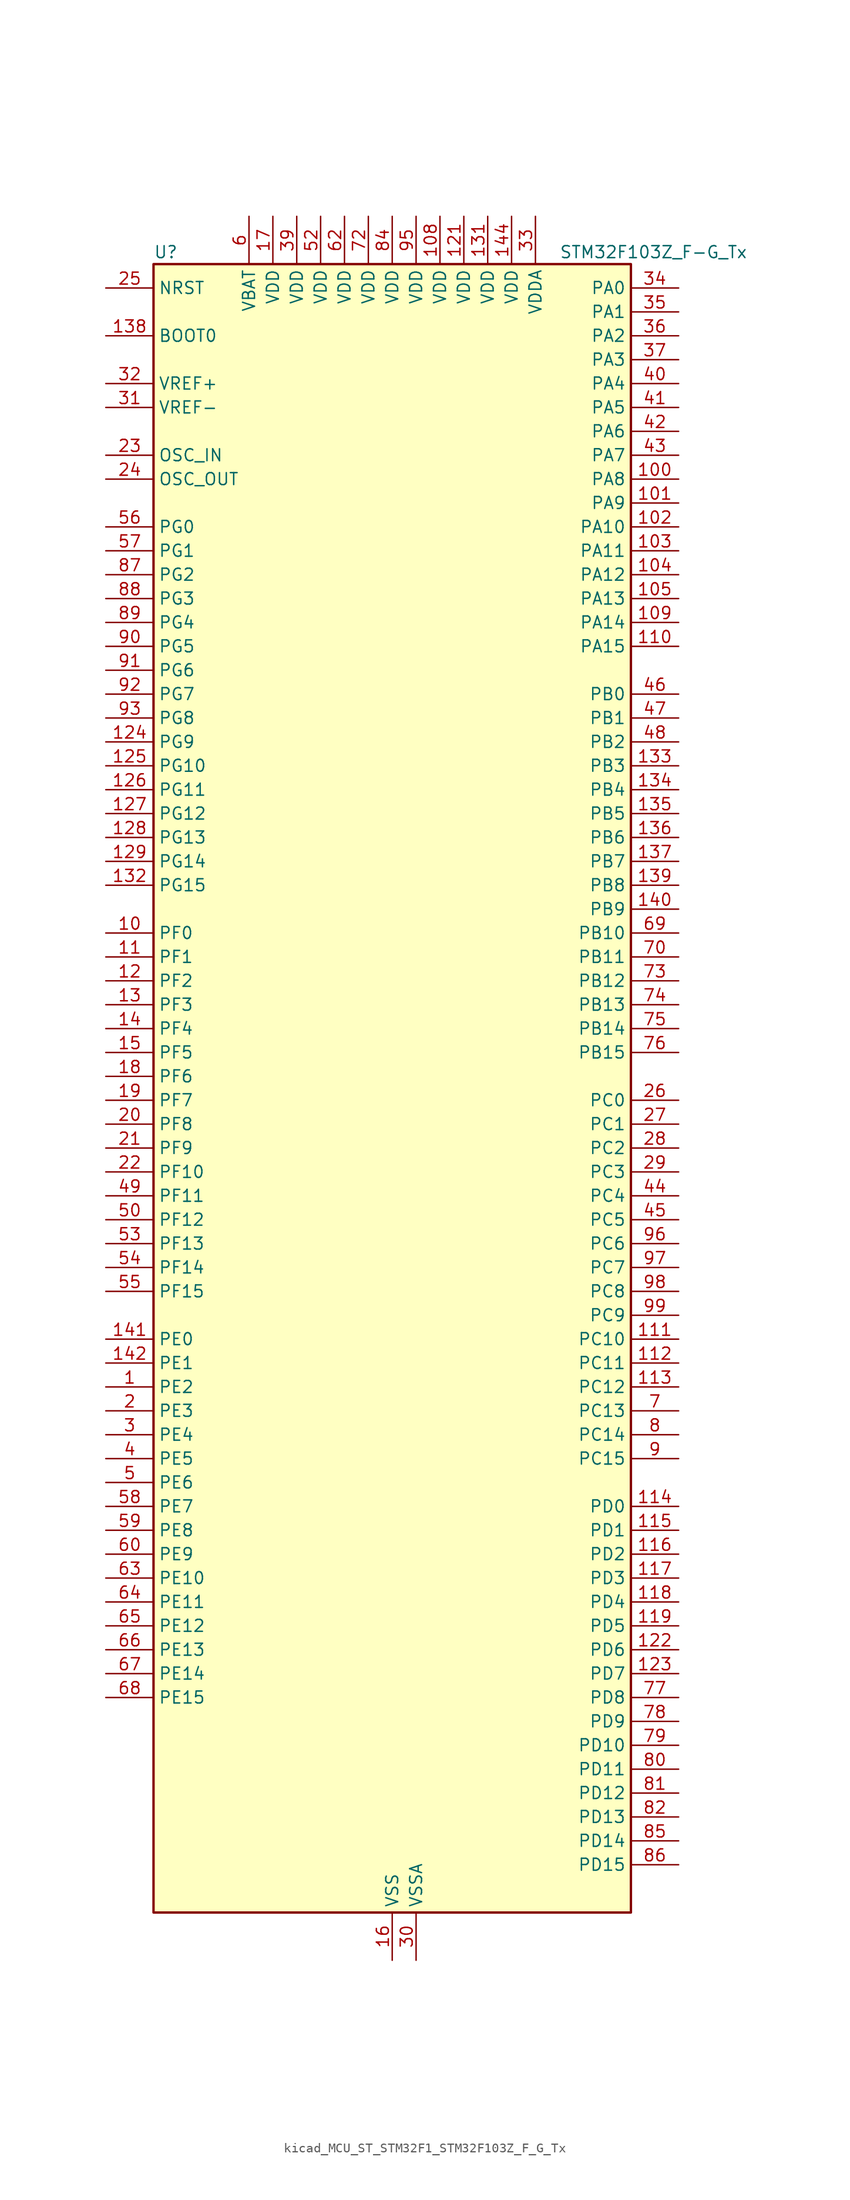
<source format=kicad_sym>
(kicad_symbol_lib
  (version 20220914)
  (generator kicad_symbol_editor)
  (symbol "kicad_MCU_ST_STM32F1_STM32F103Z_F_G_Tx"
    (property "Reference" "U"
      (at -25.4 90.17 0)
      (effects (font (size 1.27 1.27)) (justify left)))
    (property "Value" "STM32F103Z_F-G_Tx"
      (at 17.78 90.17 0)
      (effects (font (size 1.27 1.27)) (justify left)))
    (property "ki_locked" ""
      (at 0 0 0)
      (effects (font (size 1.27 1.27))))
    (symbol "kicad_MCU_ST_STM32F1_STM32F103Z_F_G_Tx_0_1"
      (rectangle (start -25.4 -86.36) (end 25.4 88.9) (stroke (width 0.254) (type default)) (fill (type background))))
    (symbol "kicad_MCU_ST_STM32F1_STM32F103Z_F_G_Tx_1_1"
      (pin bidirectional line (at -30.48 -30.48 0) (length 5.08) (name "PE2" (effects (font (size 1.27 1.27)))) (number "1" (effects (font (size 1.27 1.27)))) (alternate "FSMC_A23" bidirectional line) (alternate "SYS_TRACECLK" bidirectional line))
      (pin bidirectional line (at -30.48 17.78 0) (length 5.08) (name "PF0" (effects (font (size 1.27 1.27)))) (number "10" (effects (font (size 1.27 1.27)))) (alternate "FSMC_A0" bidirectional line))
      (pin bidirectional line (at 30.48 66.04 180) (length 5.08) (name "PA8" (effects (font (size 1.27 1.27)))) (number "100" (effects (font (size 1.27 1.27)))) (alternate "RCC_MCO" bidirectional line) (alternate "TIM1_CH1" bidirectional line) (alternate "USART1_CK" bidirectional line))
      (pin bidirectional line (at 30.48 63.5 180) (length 5.08) (name "PA9" (effects (font (size 1.27 1.27)))) (number "101" (effects (font (size 1.27 1.27)))) (alternate "DAC_EXTI9" bidirectional line) (alternate "TIM1_CH2" bidirectional line) (alternate "USART1_TX" bidirectional line))
      (pin bidirectional line (at 30.48 60.96 180) (length 5.08) (name "PA10" (effects (font (size 1.27 1.27)))) (number "102" (effects (font (size 1.27 1.27)))) (alternate "TIM1_CH3" bidirectional line) (alternate "USART1_RX" bidirectional line))
      (pin bidirectional line (at 30.48 58.42 180) (length 5.08) (name "PA11" (effects (font (size 1.27 1.27)))) (number "103" (effects (font (size 1.27 1.27)))) (alternate "ADC1_EXTI11" bidirectional line) (alternate "ADC2_EXTI11" bidirectional line) (alternate "CAN_RX" bidirectional line) (alternate "TIM1_CH4" bidirectional line) (alternate "USART1_CTS" bidirectional line) (alternate "USB_DM" bidirectional line))
      (pin bidirectional line (at 30.48 55.88 180) (length 5.08) (name "PA12" (effects (font (size 1.27 1.27)))) (number "104" (effects (font (size 1.27 1.27)))) (alternate "CAN_TX" bidirectional line) (alternate "TIM1_ETR" bidirectional line) (alternate "USART1_RTS" bidirectional line) (alternate "USB_DP" bidirectional line))
      (pin bidirectional line (at 30.48 53.34 180) (length 5.08) (name "PA13" (effects (font (size 1.27 1.27)))) (number "105" (effects (font (size 1.27 1.27)))) (alternate "SYS_JTMS-SWDIO" bidirectional line))
      (pin no_connect line (at -25.4 -86.36 0) (length 5.08) hide (name "NC" (effects (font (size 1.27 1.27)))) (number "106" (effects (font (size 1.27 1.27)))))
      (pin passive line (at 0 -91.44 90) (length 5.08) hide (name "VSS" (effects (font (size 1.27 1.27)))) (number "107" (effects (font (size 1.27 1.27)))))
      (pin power_in line (at 5.08 93.98 270) (length 5.08) (name "VDD" (effects (font (size 1.27 1.27)))) (number "108" (effects (font (size 1.27 1.27)))))
      (pin bidirectional line (at 30.48 50.8 180) (length 5.08) (name "PA14" (effects (font (size 1.27 1.27)))) (number "109" (effects (font (size 1.27 1.27)))) (alternate "SYS_JTCK-SWCLK" bidirectional line))
      (pin bidirectional line (at -30.48 15.24 0) (length 5.08) (name "PF1" (effects (font (size 1.27 1.27)))) (number "11" (effects (font (size 1.27 1.27)))) (alternate "FSMC_A1" bidirectional line))
      (pin bidirectional line (at 30.48 48.26 180) (length 5.08) (name "PA15" (effects (font (size 1.27 1.27)))) (number "110" (effects (font (size 1.27 1.27)))) (alternate "ADC1_EXTI15" bidirectional line) (alternate "ADC2_EXTI15" bidirectional line) (alternate "I2S3_WS" bidirectional line) (alternate "SPI1_NSS" bidirectional line) (alternate "SPI3_NSS" bidirectional line) (alternate "SYS_JTDI" bidirectional line) (alternate "TIM2_CH1" bidirectional line) (alternate "TIM2_ETR" bidirectional line))
      (pin bidirectional line (at 30.48 -25.4 180) (length 5.08) (name "PC10" (effects (font (size 1.27 1.27)))) (number "111" (effects (font (size 1.27 1.27)))) (alternate "SDIO_D2" bidirectional line) (alternate "UART4_TX" bidirectional line) (alternate "USART3_TX" bidirectional line))
      (pin bidirectional line (at 30.48 -27.94 180) (length 5.08) (name "PC11" (effects (font (size 1.27 1.27)))) (number "112" (effects (font (size 1.27 1.27)))) (alternate "ADC1_EXTI11" bidirectional line) (alternate "ADC2_EXTI11" bidirectional line) (alternate "SDIO_D3" bidirectional line) (alternate "UART4_RX" bidirectional line) (alternate "USART3_RX" bidirectional line))
      (pin bidirectional line (at 30.48 -30.48 180) (length 5.08) (name "PC12" (effects (font (size 1.27 1.27)))) (number "113" (effects (font (size 1.27 1.27)))) (alternate "SDIO_CK" bidirectional line) (alternate "UART5_TX" bidirectional line) (alternate "USART3_CK" bidirectional line))
      (pin bidirectional line (at 30.48 -43.18 180) (length 5.08) (name "PD0" (effects (font (size 1.27 1.27)))) (number "114" (effects (font (size 1.27 1.27)))) (alternate "CAN_RX" bidirectional line) (alternate "FSMC_D2" bidirectional line) (alternate "FSMC_DA2" bidirectional line))
      (pin bidirectional line (at 30.48 -45.72 180) (length 5.08) (name "PD1" (effects (font (size 1.27 1.27)))) (number "115" (effects (font (size 1.27 1.27)))) (alternate "CAN_TX" bidirectional line) (alternate "FSMC_D3" bidirectional line) (alternate "FSMC_DA3" bidirectional line))
      (pin bidirectional line (at 30.48 -48.26 180) (length 5.08) (name "PD2" (effects (font (size 1.27 1.27)))) (number "116" (effects (font (size 1.27 1.27)))) (alternate "SDIO_CMD" bidirectional line) (alternate "TIM3_ETR" bidirectional line) (alternate "UART5_RX" bidirectional line))
      (pin bidirectional line (at 30.48 -50.8 180) (length 5.08) (name "PD3" (effects (font (size 1.27 1.27)))) (number "117" (effects (font (size 1.27 1.27)))) (alternate "FSMC_CLK" bidirectional line) (alternate "USART2_CTS" bidirectional line))
      (pin bidirectional line (at 30.48 -53.34 180) (length 5.08) (name "PD4" (effects (font (size 1.27 1.27)))) (number "118" (effects (font (size 1.27 1.27)))) (alternate "FSMC_NOE" bidirectional line) (alternate "USART2_RTS" bidirectional line))
      (pin bidirectional line (at 30.48 -55.88 180) (length 5.08) (name "PD5" (effects (font (size 1.27 1.27)))) (number "119" (effects (font (size 1.27 1.27)))) (alternate "FSMC_NWE" bidirectional line) (alternate "USART2_TX" bidirectional line))
      (pin bidirectional line (at -30.48 12.7 0) (length 5.08) (name "PF2" (effects (font (size 1.27 1.27)))) (number "12" (effects (font (size 1.27 1.27)))) (alternate "FSMC_A2" bidirectional line))
      (pin passive line (at 0 -91.44 90) (length 5.08) hide (name "VSS" (effects (font (size 1.27 1.27)))) (number "120" (effects (font (size 1.27 1.27)))))
      (pin power_in line (at 7.62 93.98 270) (length 5.08) (name "VDD" (effects (font (size 1.27 1.27)))) (number "121" (effects (font (size 1.27 1.27)))))
      (pin bidirectional line (at 30.48 -58.42 180) (length 5.08) (name "PD6" (effects (font (size 1.27 1.27)))) (number "122" (effects (font (size 1.27 1.27)))) (alternate "FSMC_NWAIT" bidirectional line) (alternate "USART2_RX" bidirectional line))
      (pin bidirectional line (at 30.48 -60.96 180) (length 5.08) (name "PD7" (effects (font (size 1.27 1.27)))) (number "123" (effects (font (size 1.27 1.27)))) (alternate "FSMC_NCE2" bidirectional line) (alternate "FSMC_NE1" bidirectional line) (alternate "USART2_CK" bidirectional line))
      (pin bidirectional line (at -30.48 38.1 0) (length 5.08) (name "PG9" (effects (font (size 1.27 1.27)))) (number "124" (effects (font (size 1.27 1.27)))) (alternate "DAC_EXTI9" bidirectional line) (alternate "FSMC_NCE3" bidirectional line) (alternate "FSMC_NE2" bidirectional line))
      (pin bidirectional line (at -30.48 35.56 0) (length 5.08) (name "PG10" (effects (font (size 1.27 1.27)))) (number "125" (effects (font (size 1.27 1.27)))) (alternate "FSMC_NCE4_1" bidirectional line) (alternate "FSMC_NE3" bidirectional line))
      (pin bidirectional line (at -30.48 33.02 0) (length 5.08) (name "PG11" (effects (font (size 1.27 1.27)))) (number "126" (effects (font (size 1.27 1.27)))) (alternate "ADC1_EXTI11" bidirectional line) (alternate "ADC2_EXTI11" bidirectional line) (alternate "FSMC_NCE4_2" bidirectional line))
      (pin bidirectional line (at -30.48 30.48 0) (length 5.08) (name "PG12" (effects (font (size 1.27 1.27)))) (number "127" (effects (font (size 1.27 1.27)))) (alternate "FSMC_NE4" bidirectional line))
      (pin bidirectional line (at -30.48 27.94 0) (length 5.08) (name "PG13" (effects (font (size 1.27 1.27)))) (number "128" (effects (font (size 1.27 1.27)))) (alternate "FSMC_A24" bidirectional line))
      (pin bidirectional line (at -30.48 25.4 0) (length 5.08) (name "PG14" (effects (font (size 1.27 1.27)))) (number "129" (effects (font (size 1.27 1.27)))) (alternate "FSMC_A25" bidirectional line))
      (pin bidirectional line (at -30.48 10.16 0) (length 5.08) (name "PF3" (effects (font (size 1.27 1.27)))) (number "13" (effects (font (size 1.27 1.27)))) (alternate "FSMC_A3" bidirectional line))
      (pin passive line (at 0 -91.44 90) (length 5.08) hide (name "VSS" (effects (font (size 1.27 1.27)))) (number "130" (effects (font (size 1.27 1.27)))))
      (pin power_in line (at 10.16 93.98 270) (length 5.08) (name "VDD" (effects (font (size 1.27 1.27)))) (number "131" (effects (font (size 1.27 1.27)))))
      (pin bidirectional line (at -30.48 22.86 0) (length 5.08) (name "PG15" (effects (font (size 1.27 1.27)))) (number "132" (effects (font (size 1.27 1.27)))) (alternate "ADC1_EXTI15" bidirectional line) (alternate "ADC2_EXTI15" bidirectional line))
      (pin bidirectional line (at 30.48 35.56 180) (length 5.08) (name "PB3" (effects (font (size 1.27 1.27)))) (number "133" (effects (font (size 1.27 1.27)))) (alternate "I2S3_CK" bidirectional line) (alternate "SPI1_SCK" bidirectional line) (alternate "SPI3_SCK" bidirectional line) (alternate "SYS_JTDO-TRACESWO" bidirectional line) (alternate "TIM2_CH2" bidirectional line))
      (pin bidirectional line (at 30.48 33.02 180) (length 5.08) (name "PB4" (effects (font (size 1.27 1.27)))) (number "134" (effects (font (size 1.27 1.27)))) (alternate "SPI1_MISO" bidirectional line) (alternate "SPI3_MISO" bidirectional line) (alternate "SYS_NJTRST" bidirectional line) (alternate "TIM3_CH1" bidirectional line))
      (pin bidirectional line (at 30.48 30.48 180) (length 5.08) (name "PB5" (effects (font (size 1.27 1.27)))) (number "135" (effects (font (size 1.27 1.27)))) (alternate "I2C1_SMBA" bidirectional line) (alternate "I2S3_SD" bidirectional line) (alternate "SPI1_MOSI" bidirectional line) (alternate "SPI3_MOSI" bidirectional line) (alternate "TIM3_CH2" bidirectional line))
      (pin bidirectional line (at 30.48 27.94 180) (length 5.08) (name "PB6" (effects (font (size 1.27 1.27)))) (number "136" (effects (font (size 1.27 1.27)))) (alternate "I2C1_SCL" bidirectional line) (alternate "TIM4_CH1" bidirectional line) (alternate "USART1_TX" bidirectional line))
      (pin bidirectional line (at 30.48 25.4 180) (length 5.08) (name "PB7" (effects (font (size 1.27 1.27)))) (number "137" (effects (font (size 1.27 1.27)))) (alternate "FSMC_NL" bidirectional line) (alternate "I2C1_SDA" bidirectional line) (alternate "TIM4_CH2" bidirectional line) (alternate "USART1_RX" bidirectional line))
      (pin input line (at -30.48 81.28 0) (length 5.08) (name "BOOT0" (effects (font (size 1.27 1.27)))) (number "138" (effects (font (size 1.27 1.27)))))
      (pin bidirectional line (at 30.48 22.86 180) (length 5.08) (name "PB8" (effects (font (size 1.27 1.27)))) (number "139" (effects (font (size 1.27 1.27)))) (alternate "CAN_RX" bidirectional line) (alternate "I2C1_SCL" bidirectional line) (alternate "SDIO_D4" bidirectional line) (alternate "TIM10_CH1" bidirectional line) (alternate "TIM4_CH3" bidirectional line))
      (pin bidirectional line (at -30.48 7.62 0) (length 5.08) (name "PF4" (effects (font (size 1.27 1.27)))) (number "14" (effects (font (size 1.27 1.27)))) (alternate "FSMC_A4" bidirectional line))
      (pin bidirectional line (at 30.48 20.32 180) (length 5.08) (name "PB9" (effects (font (size 1.27 1.27)))) (number "140" (effects (font (size 1.27 1.27)))) (alternate "CAN_TX" bidirectional line) (alternate "DAC_EXTI9" bidirectional line) (alternate "I2C1_SDA" bidirectional line) (alternate "SDIO_D5" bidirectional line) (alternate "TIM11_CH1" bidirectional line) (alternate "TIM4_CH4" bidirectional line))
      (pin bidirectional line (at -30.48 -25.4 0) (length 5.08) (name "PE0" (effects (font (size 1.27 1.27)))) (number "141" (effects (font (size 1.27 1.27)))) (alternate "FSMC_NBL0" bidirectional line) (alternate "TIM4_ETR" bidirectional line))
      (pin bidirectional line (at -30.48 -27.94 0) (length 5.08) (name "PE1" (effects (font (size 1.27 1.27)))) (number "142" (effects (font (size 1.27 1.27)))) (alternate "FSMC_NBL1" bidirectional line))
      (pin passive line (at 0 -91.44 90) (length 5.08) hide (name "VSS" (effects (font (size 1.27 1.27)))) (number "143" (effects (font (size 1.27 1.27)))))
      (pin power_in line (at 12.7 93.98 270) (length 5.08) (name "VDD" (effects (font (size 1.27 1.27)))) (number "144" (effects (font (size 1.27 1.27)))))
      (pin bidirectional line (at -30.48 5.08 0) (length 5.08) (name "PF5" (effects (font (size 1.27 1.27)))) (number "15" (effects (font (size 1.27 1.27)))) (alternate "FSMC_A5" bidirectional line))
      (pin power_in line (at 0 -91.44 90) (length 5.08) (name "VSS" (effects (font (size 1.27 1.27)))) (number "16" (effects (font (size 1.27 1.27)))))
      (pin power_in line (at -12.7 93.98 270) (length 5.08) (name "VDD" (effects (font (size 1.27 1.27)))) (number "17" (effects (font (size 1.27 1.27)))))
      (pin bidirectional line (at -30.48 2.54 0) (length 5.08) (name "PF6" (effects (font (size 1.27 1.27)))) (number "18" (effects (font (size 1.27 1.27)))) (alternate "ADC3_IN4" bidirectional line) (alternate "FSMC_NIORD" bidirectional line) (alternate "TIM10_CH1" bidirectional line))
      (pin bidirectional line (at -30.48 0 0) (length 5.08) (name "PF7" (effects (font (size 1.27 1.27)))) (number "19" (effects (font (size 1.27 1.27)))) (alternate "ADC3_IN5" bidirectional line) (alternate "FSMC_NREG" bidirectional line) (alternate "TIM11_CH1" bidirectional line))
      (pin bidirectional line (at -30.48 -33.02 0) (length 5.08) (name "PE3" (effects (font (size 1.27 1.27)))) (number "2" (effects (font (size 1.27 1.27)))) (alternate "FSMC_A19" bidirectional line) (alternate "SYS_TRACED0" bidirectional line))
      (pin bidirectional line (at -30.48 -2.54 0) (length 5.08) (name "PF8" (effects (font (size 1.27 1.27)))) (number "20" (effects (font (size 1.27 1.27)))) (alternate "ADC3_IN6" bidirectional line) (alternate "FSMC_NIOWR" bidirectional line) (alternate "TIM13_CH1" bidirectional line))
      (pin bidirectional line (at -30.48 -5.08 0) (length 5.08) (name "PF9" (effects (font (size 1.27 1.27)))) (number "21" (effects (font (size 1.27 1.27)))) (alternate "ADC3_IN7" bidirectional line) (alternate "DAC_EXTI9" bidirectional line) (alternate "FSMC_CD" bidirectional line) (alternate "TIM14_CH1" bidirectional line))
      (pin bidirectional line (at -30.48 -7.62 0) (length 5.08) (name "PF10" (effects (font (size 1.27 1.27)))) (number "22" (effects (font (size 1.27 1.27)))) (alternate "ADC3_IN8" bidirectional line) (alternate "FSMC_INTR" bidirectional line))
      (pin input line (at -30.48 68.58 0) (length 5.08) (name "OSC_IN" (effects (font (size 1.27 1.27)))) (number "23" (effects (font (size 1.27 1.27)))) (alternate "RCC_OSC_IN" bidirectional line))
      (pin input line (at -30.48 66.04 0) (length 5.08) (name "OSC_OUT" (effects (font (size 1.27 1.27)))) (number "24" (effects (font (size 1.27 1.27)))) (alternate "RCC_OSC_OUT" bidirectional line))
      (pin input line (at -30.48 86.36 0) (length 5.08) (name "NRST" (effects (font (size 1.27 1.27)))) (number "25" (effects (font (size 1.27 1.27)))))
      (pin bidirectional line (at 30.48 0 180) (length 5.08) (name "PC0" (effects (font (size 1.27 1.27)))) (number "26" (effects (font (size 1.27 1.27)))) (alternate "ADC1_IN10" bidirectional line) (alternate "ADC2_IN10" bidirectional line) (alternate "ADC3_IN10" bidirectional line))
      (pin bidirectional line (at 30.48 -2.54 180) (length 5.08) (name "PC1" (effects (font (size 1.27 1.27)))) (number "27" (effects (font (size 1.27 1.27)))) (alternate "ADC1_IN11" bidirectional line) (alternate "ADC2_IN11" bidirectional line) (alternate "ADC3_IN11" bidirectional line))
      (pin bidirectional line (at 30.48 -5.08 180) (length 5.08) (name "PC2" (effects (font (size 1.27 1.27)))) (number "28" (effects (font (size 1.27 1.27)))) (alternate "ADC1_IN12" bidirectional line) (alternate "ADC2_IN12" bidirectional line) (alternate "ADC3_IN12" bidirectional line))
      (pin bidirectional line (at 30.48 -7.62 180) (length 5.08) (name "PC3" (effects (font (size 1.27 1.27)))) (number "29" (effects (font (size 1.27 1.27)))) (alternate "ADC1_IN13" bidirectional line) (alternate "ADC2_IN13" bidirectional line) (alternate "ADC3_IN13" bidirectional line))
      (pin bidirectional line (at -30.48 -35.56 0) (length 5.08) (name "PE4" (effects (font (size 1.27 1.27)))) (number "3" (effects (font (size 1.27 1.27)))) (alternate "FSMC_A20" bidirectional line) (alternate "SYS_TRACED1" bidirectional line))
      (pin power_in line (at 2.54 -91.44 90) (length 5.08) (name "VSSA" (effects (font (size 1.27 1.27)))) (number "30" (effects (font (size 1.27 1.27)))))
      (pin input line (at -30.48 73.66 0) (length 5.08) (name "VREF-" (effects (font (size 1.27 1.27)))) (number "31" (effects (font (size 1.27 1.27)))))
      (pin input line (at -30.48 76.2 0) (length 5.08) (name "VREF+" (effects (font (size 1.27 1.27)))) (number "32" (effects (font (size 1.27 1.27)))))
      (pin power_in line (at 15.24 93.98 270) (length 5.08) (name "VDDA" (effects (font (size 1.27 1.27)))) (number "33" (effects (font (size 1.27 1.27)))))
      (pin bidirectional line (at 30.48 86.36 180) (length 5.08) (name "PA0" (effects (font (size 1.27 1.27)))) (number "34" (effects (font (size 1.27 1.27)))) (alternate "ADC1_IN0" bidirectional line) (alternate "ADC2_IN0" bidirectional line) (alternate "ADC3_IN0" bidirectional line) (alternate "SYS_WKUP" bidirectional line) (alternate "TIM2_CH1" bidirectional line) (alternate "TIM2_ETR" bidirectional line) (alternate "TIM5_CH1" bidirectional line) (alternate "TIM8_ETR" bidirectional line) (alternate "USART2_CTS" bidirectional line))
      (pin bidirectional line (at 30.48 83.82 180) (length 5.08) (name "PA1" (effects (font (size 1.27 1.27)))) (number "35" (effects (font (size 1.27 1.27)))) (alternate "ADC1_IN1" bidirectional line) (alternate "ADC2_IN1" bidirectional line) (alternate "ADC3_IN1" bidirectional line) (alternate "TIM2_CH2" bidirectional line) (alternate "TIM5_CH2" bidirectional line) (alternate "USART2_RTS" bidirectional line))
      (pin bidirectional line (at 30.48 81.28 180) (length 5.08) (name "PA2" (effects (font (size 1.27 1.27)))) (number "36" (effects (font (size 1.27 1.27)))) (alternate "ADC1_IN2" bidirectional line) (alternate "ADC2_IN2" bidirectional line) (alternate "ADC3_IN2" bidirectional line) (alternate "TIM2_CH3" bidirectional line) (alternate "TIM5_CH3" bidirectional line) (alternate "TIM9_CH1" bidirectional line) (alternate "USART2_TX" bidirectional line))
      (pin bidirectional line (at 30.48 78.74 180) (length 5.08) (name "PA3" (effects (font (size 1.27 1.27)))) (number "37" (effects (font (size 1.27 1.27)))) (alternate "ADC1_IN3" bidirectional line) (alternate "ADC2_IN3" bidirectional line) (alternate "ADC3_IN3" bidirectional line) (alternate "TIM2_CH4" bidirectional line) (alternate "TIM5_CH4" bidirectional line) (alternate "TIM9_CH2" bidirectional line) (alternate "USART2_RX" bidirectional line))
      (pin passive line (at 0 -91.44 90) (length 5.08) hide (name "VSS" (effects (font (size 1.27 1.27)))) (number "38" (effects (font (size 1.27 1.27)))))
      (pin power_in line (at -10.16 93.98 270) (length 5.08) (name "VDD" (effects (font (size 1.27 1.27)))) (number "39" (effects (font (size 1.27 1.27)))))
      (pin bidirectional line (at -30.48 -38.1 0) (length 5.08) (name "PE5" (effects (font (size 1.27 1.27)))) (number "4" (effects (font (size 1.27 1.27)))) (alternate "FSMC_A21" bidirectional line) (alternate "SYS_TRACED2" bidirectional line) (alternate "TIM9_CH1" bidirectional line))
      (pin bidirectional line (at 30.48 76.2 180) (length 5.08) (name "PA4" (effects (font (size 1.27 1.27)))) (number "40" (effects (font (size 1.27 1.27)))) (alternate "ADC1_IN4" bidirectional line) (alternate "ADC2_IN4" bidirectional line) (alternate "DAC_OUT1" bidirectional line) (alternate "SPI1_NSS" bidirectional line) (alternate "USART2_CK" bidirectional line))
      (pin bidirectional line (at 30.48 73.66 180) (length 5.08) (name "PA5" (effects (font (size 1.27 1.27)))) (number "41" (effects (font (size 1.27 1.27)))) (alternate "ADC1_IN5" bidirectional line) (alternate "ADC2_IN5" bidirectional line) (alternate "DAC_OUT2" bidirectional line) (alternate "SPI1_SCK" bidirectional line))
      (pin bidirectional line (at 30.48 71.12 180) (length 5.08) (name "PA6" (effects (font (size 1.27 1.27)))) (number "42" (effects (font (size 1.27 1.27)))) (alternate "ADC1_IN6" bidirectional line) (alternate "ADC2_IN6" bidirectional line) (alternate "SPI1_MISO" bidirectional line) (alternate "TIM13_CH1" bidirectional line) (alternate "TIM1_BKIN" bidirectional line) (alternate "TIM3_CH1" bidirectional line) (alternate "TIM8_BKIN" bidirectional line))
      (pin bidirectional line (at 30.48 68.58 180) (length 5.08) (name "PA7" (effects (font (size 1.27 1.27)))) (number "43" (effects (font (size 1.27 1.27)))) (alternate "ADC1_IN7" bidirectional line) (alternate "ADC2_IN7" bidirectional line) (alternate "SPI1_MOSI" bidirectional line) (alternate "TIM14_CH1" bidirectional line) (alternate "TIM1_CH1N" bidirectional line) (alternate "TIM3_CH2" bidirectional line) (alternate "TIM8_CH1N" bidirectional line))
      (pin bidirectional line (at 30.48 -10.16 180) (length 5.08) (name "PC4" (effects (font (size 1.27 1.27)))) (number "44" (effects (font (size 1.27 1.27)))) (alternate "ADC1_IN14" bidirectional line) (alternate "ADC2_IN14" bidirectional line))
      (pin bidirectional line (at 30.48 -12.7 180) (length 5.08) (name "PC5" (effects (font (size 1.27 1.27)))) (number "45" (effects (font (size 1.27 1.27)))) (alternate "ADC1_IN15" bidirectional line) (alternate "ADC2_IN15" bidirectional line))
      (pin bidirectional line (at 30.48 43.18 180) (length 5.08) (name "PB0" (effects (font (size 1.27 1.27)))) (number "46" (effects (font (size 1.27 1.27)))) (alternate "ADC1_IN8" bidirectional line) (alternate "ADC2_IN8" bidirectional line) (alternate "TIM1_CH2N" bidirectional line) (alternate "TIM3_CH3" bidirectional line) (alternate "TIM8_CH2N" bidirectional line))
      (pin bidirectional line (at 30.48 40.64 180) (length 5.08) (name "PB1" (effects (font (size 1.27 1.27)))) (number "47" (effects (font (size 1.27 1.27)))) (alternate "ADC1_IN9" bidirectional line) (alternate "ADC2_IN9" bidirectional line) (alternate "TIM1_CH3N" bidirectional line) (alternate "TIM3_CH4" bidirectional line) (alternate "TIM8_CH3N" bidirectional line))
      (pin bidirectional line (at 30.48 38.1 180) (length 5.08) (name "PB2" (effects (font (size 1.27 1.27)))) (number "48" (effects (font (size 1.27 1.27)))))
      (pin bidirectional line (at -30.48 -10.16 0) (length 5.08) (name "PF11" (effects (font (size 1.27 1.27)))) (number "49" (effects (font (size 1.27 1.27)))) (alternate "ADC1_EXTI11" bidirectional line) (alternate "ADC2_EXTI11" bidirectional line) (alternate "FSMC_NIOS16" bidirectional line))
      (pin bidirectional line (at -30.48 -40.64 0) (length 5.08) (name "PE6" (effects (font (size 1.27 1.27)))) (number "5" (effects (font (size 1.27 1.27)))) (alternate "FSMC_A22" bidirectional line) (alternate "SYS_TRACED3" bidirectional line) (alternate "TIM9_CH2" bidirectional line))
      (pin bidirectional line (at -30.48 -12.7 0) (length 5.08) (name "PF12" (effects (font (size 1.27 1.27)))) (number "50" (effects (font (size 1.27 1.27)))) (alternate "FSMC_A6" bidirectional line))
      (pin passive line (at 0 -91.44 90) (length 5.08) hide (name "VSS" (effects (font (size 1.27 1.27)))) (number "51" (effects (font (size 1.27 1.27)))))
      (pin power_in line (at -7.62 93.98 270) (length 5.08) (name "VDD" (effects (font (size 1.27 1.27)))) (number "52" (effects (font (size 1.27 1.27)))))
      (pin bidirectional line (at -30.48 -15.24 0) (length 5.08) (name "PF13" (effects (font (size 1.27 1.27)))) (number "53" (effects (font (size 1.27 1.27)))) (alternate "FSMC_A7" bidirectional line))
      (pin bidirectional line (at -30.48 -17.78 0) (length 5.08) (name "PF14" (effects (font (size 1.27 1.27)))) (number "54" (effects (font (size 1.27 1.27)))) (alternate "FSMC_A8" bidirectional line))
      (pin bidirectional line (at -30.48 -20.32 0) (length 5.08) (name "PF15" (effects (font (size 1.27 1.27)))) (number "55" (effects (font (size 1.27 1.27)))) (alternate "ADC1_EXTI15" bidirectional line) (alternate "ADC2_EXTI15" bidirectional line) (alternate "FSMC_A9" bidirectional line))
      (pin bidirectional line (at -30.48 60.96 0) (length 5.08) (name "PG0" (effects (font (size 1.27 1.27)))) (number "56" (effects (font (size 1.27 1.27)))) (alternate "FSMC_A10" bidirectional line))
      (pin bidirectional line (at -30.48 58.42 0) (length 5.08) (name "PG1" (effects (font (size 1.27 1.27)))) (number "57" (effects (font (size 1.27 1.27)))) (alternate "FSMC_A11" bidirectional line))
      (pin bidirectional line (at -30.48 -43.18 0) (length 5.08) (name "PE7" (effects (font (size 1.27 1.27)))) (number "58" (effects (font (size 1.27 1.27)))) (alternate "FSMC_D4" bidirectional line) (alternate "FSMC_DA4" bidirectional line) (alternate "TIM1_ETR" bidirectional line))
      (pin bidirectional line (at -30.48 -45.72 0) (length 5.08) (name "PE8" (effects (font (size 1.27 1.27)))) (number "59" (effects (font (size 1.27 1.27)))) (alternate "FSMC_D5" bidirectional line) (alternate "FSMC_DA5" bidirectional line) (alternate "TIM1_CH1N" bidirectional line))
      (pin power_in line (at -15.24 93.98 270) (length 5.08) (name "VBAT" (effects (font (size 1.27 1.27)))) (number "6" (effects (font (size 1.27 1.27)))))
      (pin bidirectional line (at -30.48 -48.26 0) (length 5.08) (name "PE9" (effects (font (size 1.27 1.27)))) (number "60" (effects (font (size 1.27 1.27)))) (alternate "DAC_EXTI9" bidirectional line) (alternate "FSMC_D6" bidirectional line) (alternate "FSMC_DA6" bidirectional line) (alternate "TIM1_CH1" bidirectional line))
      (pin passive line (at 0 -91.44 90) (length 5.08) hide (name "VSS" (effects (font (size 1.27 1.27)))) (number "61" (effects (font (size 1.27 1.27)))))
      (pin power_in line (at -5.08 93.98 270) (length 5.08) (name "VDD" (effects (font (size 1.27 1.27)))) (number "62" (effects (font (size 1.27 1.27)))))
      (pin bidirectional line (at -30.48 -50.8 0) (length 5.08) (name "PE10" (effects (font (size 1.27 1.27)))) (number "63" (effects (font (size 1.27 1.27)))) (alternate "FSMC_D7" bidirectional line) (alternate "FSMC_DA7" bidirectional line) (alternate "TIM1_CH2N" bidirectional line))
      (pin bidirectional line (at -30.48 -53.34 0) (length 5.08) (name "PE11" (effects (font (size 1.27 1.27)))) (number "64" (effects (font (size 1.27 1.27)))) (alternate "ADC1_EXTI11" bidirectional line) (alternate "ADC2_EXTI11" bidirectional line) (alternate "FSMC_D8" bidirectional line) (alternate "FSMC_DA8" bidirectional line) (alternate "TIM1_CH2" bidirectional line))
      (pin bidirectional line (at -30.48 -55.88 0) (length 5.08) (name "PE12" (effects (font (size 1.27 1.27)))) (number "65" (effects (font (size 1.27 1.27)))) (alternate "FSMC_D9" bidirectional line) (alternate "FSMC_DA9" bidirectional line) (alternate "TIM1_CH3N" bidirectional line))
      (pin bidirectional line (at -30.48 -58.42 0) (length 5.08) (name "PE13" (effects (font (size 1.27 1.27)))) (number "66" (effects (font (size 1.27 1.27)))) (alternate "FSMC_D10" bidirectional line) (alternate "FSMC_DA10" bidirectional line) (alternate "TIM1_CH3" bidirectional line))
      (pin bidirectional line (at -30.48 -60.96 0) (length 5.08) (name "PE14" (effects (font (size 1.27 1.27)))) (number "67" (effects (font (size 1.27 1.27)))) (alternate "FSMC_D11" bidirectional line) (alternate "FSMC_DA11" bidirectional line) (alternate "TIM1_CH4" bidirectional line))
      (pin bidirectional line (at -30.48 -63.5 0) (length 5.08) (name "PE15" (effects (font (size 1.27 1.27)))) (number "68" (effects (font (size 1.27 1.27)))) (alternate "ADC1_EXTI15" bidirectional line) (alternate "ADC2_EXTI15" bidirectional line) (alternate "FSMC_D12" bidirectional line) (alternate "FSMC_DA12" bidirectional line) (alternate "TIM1_BKIN" bidirectional line))
      (pin bidirectional line (at 30.48 17.78 180) (length 5.08) (name "PB10" (effects (font (size 1.27 1.27)))) (number "69" (effects (font (size 1.27 1.27)))) (alternate "I2C2_SCL" bidirectional line) (alternate "TIM2_CH3" bidirectional line) (alternate "USART3_TX" bidirectional line))
      (pin bidirectional line (at 30.48 -33.02 180) (length 5.08) (name "PC13" (effects (font (size 1.27 1.27)))) (number "7" (effects (font (size 1.27 1.27)))) (alternate "RTC_OUT" bidirectional line) (alternate "RTC_TAMPER" bidirectional line))
      (pin bidirectional line (at 30.48 15.24 180) (length 5.08) (name "PB11" (effects (font (size 1.27 1.27)))) (number "70" (effects (font (size 1.27 1.27)))) (alternate "ADC1_EXTI11" bidirectional line) (alternate "ADC2_EXTI11" bidirectional line) (alternate "I2C2_SDA" bidirectional line) (alternate "TIM2_CH4" bidirectional line) (alternate "USART3_RX" bidirectional line))
      (pin passive line (at 0 -91.44 90) (length 5.08) hide (name "VSS" (effects (font (size 1.27 1.27)))) (number "71" (effects (font (size 1.27 1.27)))))
      (pin power_in line (at -2.54 93.98 270) (length 5.08) (name "VDD" (effects (font (size 1.27 1.27)))) (number "72" (effects (font (size 1.27 1.27)))))
      (pin bidirectional line (at 30.48 12.7 180) (length 5.08) (name "PB12" (effects (font (size 1.27 1.27)))) (number "73" (effects (font (size 1.27 1.27)))) (alternate "I2C2_SMBA" bidirectional line) (alternate "I2S2_WS" bidirectional line) (alternate "SPI2_NSS" bidirectional line) (alternate "TIM1_BKIN" bidirectional line) (alternate "USART3_CK" bidirectional line))
      (pin bidirectional line (at 30.48 10.16 180) (length 5.08) (name "PB13" (effects (font (size 1.27 1.27)))) (number "74" (effects (font (size 1.27 1.27)))) (alternate "I2S2_CK" bidirectional line) (alternate "SPI2_SCK" bidirectional line) (alternate "TIM1_CH1N" bidirectional line) (alternate "USART3_CTS" bidirectional line))
      (pin bidirectional line (at 30.48 7.62 180) (length 5.08) (name "PB14" (effects (font (size 1.27 1.27)))) (number "75" (effects (font (size 1.27 1.27)))) (alternate "SPI2_MISO" bidirectional line) (alternate "TIM12_CH1" bidirectional line) (alternate "TIM1_CH2N" bidirectional line) (alternate "USART3_RTS" bidirectional line))
      (pin bidirectional line (at 30.48 5.08 180) (length 5.08) (name "PB15" (effects (font (size 1.27 1.27)))) (number "76" (effects (font (size 1.27 1.27)))) (alternate "ADC1_EXTI15" bidirectional line) (alternate "ADC2_EXTI15" bidirectional line) (alternate "I2S2_SD" bidirectional line) (alternate "SPI2_MOSI" bidirectional line) (alternate "TIM12_CH2" bidirectional line) (alternate "TIM1_CH3N" bidirectional line))
      (pin bidirectional line (at 30.48 -63.5 180) (length 5.08) (name "PD8" (effects (font (size 1.27 1.27)))) (number "77" (effects (font (size 1.27 1.27)))) (alternate "FSMC_D13" bidirectional line) (alternate "FSMC_DA13" bidirectional line) (alternate "USART3_TX" bidirectional line))
      (pin bidirectional line (at 30.48 -66.04 180) (length 5.08) (name "PD9" (effects (font (size 1.27 1.27)))) (number "78" (effects (font (size 1.27 1.27)))) (alternate "DAC_EXTI9" bidirectional line) (alternate "FSMC_D14" bidirectional line) (alternate "FSMC_DA14" bidirectional line) (alternate "USART3_RX" bidirectional line))
      (pin bidirectional line (at 30.48 -68.58 180) (length 5.08) (name "PD10" (effects (font (size 1.27 1.27)))) (number "79" (effects (font (size 1.27 1.27)))) (alternate "FSMC_D15" bidirectional line) (alternate "FSMC_DA15" bidirectional line) (alternate "USART3_CK" bidirectional line))
      (pin bidirectional line (at 30.48 -35.56 180) (length 5.08) (name "PC14" (effects (font (size 1.27 1.27)))) (number "8" (effects (font (size 1.27 1.27)))) (alternate "RCC_OSC32_IN" bidirectional line))
      (pin bidirectional line (at 30.48 -71.12 180) (length 5.08) (name "PD11" (effects (font (size 1.27 1.27)))) (number "80" (effects (font (size 1.27 1.27)))) (alternate "ADC1_EXTI11" bidirectional line) (alternate "ADC2_EXTI11" bidirectional line) (alternate "FSMC_A16" bidirectional line) (alternate "FSMC_CLE" bidirectional line) (alternate "USART3_CTS" bidirectional line))
      (pin bidirectional line (at 30.48 -73.66 180) (length 5.08) (name "PD12" (effects (font (size 1.27 1.27)))) (number "81" (effects (font (size 1.27 1.27)))) (alternate "FSMC_A17" bidirectional line) (alternate "FSMC_ALE" bidirectional line) (alternate "TIM4_CH1" bidirectional line) (alternate "USART3_RTS" bidirectional line))
      (pin bidirectional line (at 30.48 -76.2 180) (length 5.08) (name "PD13" (effects (font (size 1.27 1.27)))) (number "82" (effects (font (size 1.27 1.27)))) (alternate "FSMC_A18" bidirectional line) (alternate "TIM4_CH2" bidirectional line))
      (pin passive line (at 0 -91.44 90) (length 5.08) hide (name "VSS" (effects (font (size 1.27 1.27)))) (number "83" (effects (font (size 1.27 1.27)))))
      (pin power_in line (at 0 93.98 270) (length 5.08) (name "VDD" (effects (font (size 1.27 1.27)))) (number "84" (effects (font (size 1.27 1.27)))))
      (pin bidirectional line (at 30.48 -78.74 180) (length 5.08) (name "PD14" (effects (font (size 1.27 1.27)))) (number "85" (effects (font (size 1.27 1.27)))) (alternate "FSMC_D0" bidirectional line) (alternate "FSMC_DA0" bidirectional line) (alternate "TIM4_CH3" bidirectional line))
      (pin bidirectional line (at 30.48 -81.28 180) (length 5.08) (name "PD15" (effects (font (size 1.27 1.27)))) (number "86" (effects (font (size 1.27 1.27)))) (alternate "ADC1_EXTI15" bidirectional line) (alternate "ADC2_EXTI15" bidirectional line) (alternate "FSMC_D1" bidirectional line) (alternate "FSMC_DA1" bidirectional line) (alternate "TIM4_CH4" bidirectional line))
      (pin bidirectional line (at -30.48 55.88 0) (length 5.08) (name "PG2" (effects (font (size 1.27 1.27)))) (number "87" (effects (font (size 1.27 1.27)))) (alternate "FSMC_A12" bidirectional line))
      (pin bidirectional line (at -30.48 53.34 0) (length 5.08) (name "PG3" (effects (font (size 1.27 1.27)))) (number "88" (effects (font (size 1.27 1.27)))) (alternate "FSMC_A13" bidirectional line))
      (pin bidirectional line (at -30.48 50.8 0) (length 5.08) (name "PG4" (effects (font (size 1.27 1.27)))) (number "89" (effects (font (size 1.27 1.27)))) (alternate "FSMC_A14" bidirectional line))
      (pin bidirectional line (at 30.48 -38.1 180) (length 5.08) (name "PC15" (effects (font (size 1.27 1.27)))) (number "9" (effects (font (size 1.27 1.27)))) (alternate "ADC1_EXTI15" bidirectional line) (alternate "ADC2_EXTI15" bidirectional line) (alternate "RCC_OSC32_OUT" bidirectional line))
      (pin bidirectional line (at -30.48 48.26 0) (length 5.08) (name "PG5" (effects (font (size 1.27 1.27)))) (number "90" (effects (font (size 1.27 1.27)))) (alternate "FSMC_A15" bidirectional line))
      (pin bidirectional line (at -30.48 45.72 0) (length 5.08) (name "PG6" (effects (font (size 1.27 1.27)))) (number "91" (effects (font (size 1.27 1.27)))) (alternate "FSMC_INT2" bidirectional line))
      (pin bidirectional line (at -30.48 43.18 0) (length 5.08) (name "PG7" (effects (font (size 1.27 1.27)))) (number "92" (effects (font (size 1.27 1.27)))) (alternate "FSMC_INT3" bidirectional line))
      (pin bidirectional line (at -30.48 40.64 0) (length 5.08) (name "PG8" (effects (font (size 1.27 1.27)))) (number "93" (effects (font (size 1.27 1.27)))))
      (pin passive line (at 0 -91.44 90) (length 5.08) hide (name "VSS" (effects (font (size 1.27 1.27)))) (number "94" (effects (font (size 1.27 1.27)))))
      (pin power_in line (at 2.54 93.98 270) (length 5.08) (name "VDD" (effects (font (size 1.27 1.27)))) (number "95" (effects (font (size 1.27 1.27)))))
      (pin bidirectional line (at 30.48 -15.24 180) (length 5.08) (name "PC6" (effects (font (size 1.27 1.27)))) (number "96" (effects (font (size 1.27 1.27)))) (alternate "I2S2_MCK" bidirectional line) (alternate "SDIO_D6" bidirectional line) (alternate "TIM3_CH1" bidirectional line) (alternate "TIM8_CH1" bidirectional line))
      (pin bidirectional line (at 30.48 -17.78 180) (length 5.08) (name "PC7" (effects (font (size 1.27 1.27)))) (number "97" (effects (font (size 1.27 1.27)))) (alternate "I2S3_MCK" bidirectional line) (alternate "SDIO_D7" bidirectional line) (alternate "TIM3_CH2" bidirectional line) (alternate "TIM8_CH2" bidirectional line))
      (pin bidirectional line (at 30.48 -20.32 180) (length 5.08) (name "PC8" (effects (font (size 1.27 1.27)))) (number "98" (effects (font (size 1.27 1.27)))) (alternate "SDIO_D0" bidirectional line) (alternate "TIM3_CH3" bidirectional line) (alternate "TIM8_CH3" bidirectional line))
      (pin bidirectional line (at 30.48 -22.86 180) (length 5.08) (name "PC9" (effects (font (size 1.27 1.27)))) (number "99" (effects (font (size 1.27 1.27)))) (alternate "DAC_EXTI9" bidirectional line) (alternate "SDIO_D1" bidirectional line) (alternate "TIM3_CH4" bidirectional line) (alternate "TIM8_CH4" bidirectional line)))))
</source>
